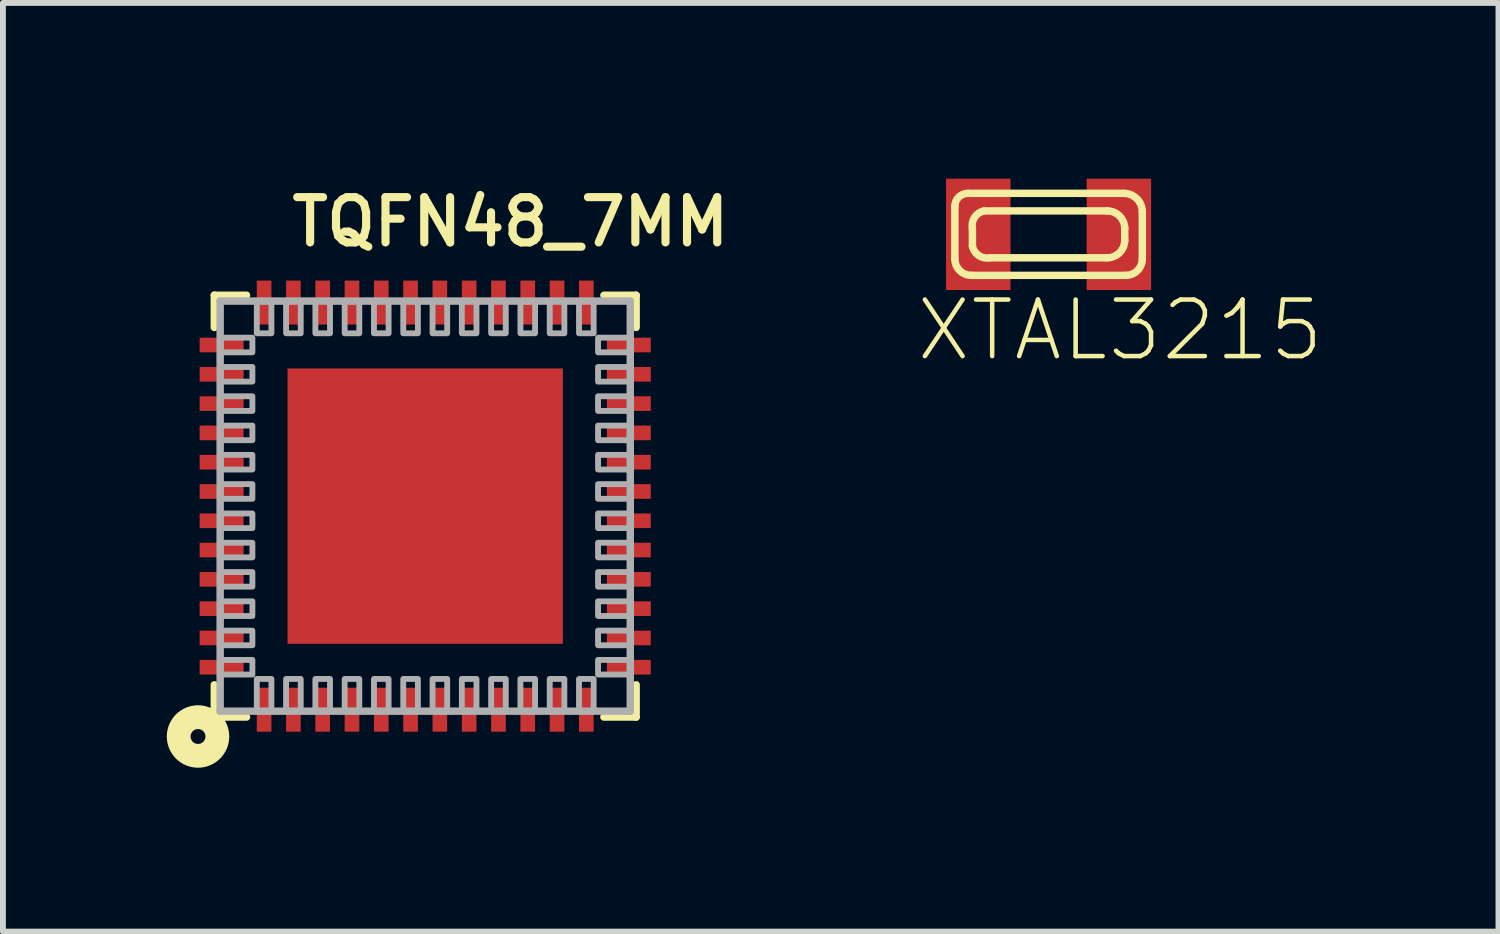
<source format=kicad_pcb>
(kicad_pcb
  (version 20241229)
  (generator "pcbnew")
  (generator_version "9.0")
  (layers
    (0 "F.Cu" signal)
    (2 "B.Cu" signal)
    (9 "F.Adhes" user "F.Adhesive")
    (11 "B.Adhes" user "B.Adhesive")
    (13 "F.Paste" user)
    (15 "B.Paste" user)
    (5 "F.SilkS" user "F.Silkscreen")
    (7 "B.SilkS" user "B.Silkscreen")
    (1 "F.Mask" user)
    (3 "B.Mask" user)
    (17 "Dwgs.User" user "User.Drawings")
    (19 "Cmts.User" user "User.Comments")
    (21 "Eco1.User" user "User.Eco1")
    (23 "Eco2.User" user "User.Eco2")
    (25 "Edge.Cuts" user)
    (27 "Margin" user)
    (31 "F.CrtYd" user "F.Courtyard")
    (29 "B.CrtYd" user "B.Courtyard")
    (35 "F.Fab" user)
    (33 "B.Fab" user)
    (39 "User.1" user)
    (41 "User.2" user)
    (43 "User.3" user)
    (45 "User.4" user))
  (footprint "TQFN48_7MM"
    (layer "F.Cu")
    (at 4.208 5.589)
    (property "Reference" "TQFN48_7MM" (at -2.35 -4.4 0) (layer "F.SilkS") (effects (font (size 0.772 0.772) (thickness 0.139)) (justify left bottom)))
    (attr through_hole)
    (fp_line (start -3.6 -3.6) (end -3.6 -3.05) (stroke (width 0.127) (type solid)) (layer "F.SilkS"))
    (fp_line (start -3.6 3.05) (end -3.6 3.6) (stroke (width 0.127) (type solid)) (layer "F.SilkS"))
    (fp_line (start -3.6 3.6) (end -3.05 3.6) (stroke (width 0.127) (type solid)) (layer "F.SilkS"))
    (fp_line (start -3.05 -3.6) (end -3.6 -3.6) (stroke (width 0.127) (type solid)) (layer "F.SilkS"))
    (fp_line (start 3.05 -3.6) (end 3.6 -3.6) (stroke (width 0.127) (type solid)) (layer "F.SilkS"))
    (fp_line (start 3.6 -3.6) (end 3.6 -3.05) (stroke (width 0.127) (type solid)) (layer "F.SilkS"))
    (fp_line (start 3.6 3.05) (end 3.6 3.6) (stroke (width 0.127) (type solid)) (layer "F.SilkS"))
    (fp_line (start 3.6 3.6) (end 3.05 3.6) (stroke (width 0.127) (type solid)) (layer "F.SilkS"))
    (fp_circle (center -3.878 3.932) (end -3.751 3.932) (stroke (width 0.406) (type solid)) (fill no) (layer "F.SilkS"))
    (fp_poly (pts (xy -2 -0.5) (xy -1 -0.5) (xy -1 -2) (xy -2 -2)) (stroke (width 0) (type solid)) (fill yes) (layer "F.Paste"))
    (fp_poly (pts (xy -2 2) (xy -1 2) (xy -1 0.5) (xy -2 0.5)) (stroke (width 0) (type solid)) (fill yes) (layer "F.Paste"))
    (fp_poly (pts (xy -0.5 -0.5) (xy 0.5 -0.5) (xy 0.5 -2) (xy -0.5 -2)) (stroke (width 0) (type solid)) (fill yes) (layer "F.Paste"))
    (fp_poly (pts (xy -0.5 2) (xy 0.5 2) (xy 0.5 0.5) (xy -0.5 0.5)) (stroke (width 0) (type solid)) (fill yes) (layer "F.Paste"))
    (fp_poly (pts (xy 1 -0.5) (xy 2 -0.5) (xy 2 -2) (xy 1 -2)) (stroke (width 0) (type solid)) (fill yes) (layer "F.Paste"))
    (fp_poly (pts (xy 1 2) (xy 2 2) (xy 2 0.5) (xy 1 0.5)) (stroke (width 0) (type solid)) (fill yes) (layer "F.Paste"))
    (fp_line (start -3.5 -3.5) (end 3.5 -3.5) (stroke (width 0.127) (type solid)) (layer "F.Fab"))
    (fp_line (start -3.5 3.5) (end -3.5 -3.5) (stroke (width 0.127) (type solid)) (layer "F.Fab"))
    (fp_line (start 3.5 -3.5) (end 3.5 3.5) (stroke (width 0.127) (type solid)) (layer "F.Fab"))
    (fp_line (start 3.5 3.5) (end -3.5 3.5) (stroke (width 0.127) (type solid)) (layer "F.Fab"))
    (fp_poly (pts (xy -3.5 -2.625) (xy -2.95 -2.625) (xy -2.95 -2.875) (xy -3.5 -2.875)) (stroke (width 0.1) (type solid)) (fill no) (layer "F.Fab"))
    (fp_poly (pts (xy -3.5 -2.125) (xy -2.95 -2.125) (xy -2.95 -2.375) (xy -3.5 -2.375)) (stroke (width 0.1) (type solid)) (fill no) (layer "F.Fab"))
    (fp_poly (pts (xy -3.5 -1.625) (xy -2.95 -1.625) (xy -2.95 -1.875) (xy -3.5 -1.875)) (stroke (width 0.1) (type solid)) (fill no) (layer "F.Fab"))
    (fp_poly (pts (xy -3.5 -1.125) (xy -2.95 -1.125) (xy -2.95 -1.375) (xy -3.5 -1.375)) (stroke (width 0.1) (type solid)) (fill no) (layer "F.Fab"))
    (fp_poly (pts (xy -3.5 -0.625) (xy -2.95 -0.625) (xy -2.95 -0.875) (xy -3.5 -0.875)) (stroke (width 0.1) (type solid)) (fill no) (layer "F.Fab"))
    (fp_poly (pts (xy -3.5 -0.125) (xy -2.95 -0.125) (xy -2.95 -0.375) (xy -3.5 -0.375)) (stroke (width 0.1) (type solid)) (fill no) (layer "F.Fab"))
    (fp_poly (pts (xy -3.5 0.375) (xy -2.95 0.375) (xy -2.95 0.125) (xy -3.5 0.125)) (stroke (width 0.1) (type solid)) (fill no) (layer "F.Fab"))
    (fp_poly (pts (xy -3.5 0.875) (xy -2.95 0.875) (xy -2.95 0.625) (xy -3.5 0.625)) (stroke (width 0.1) (type solid)) (fill no) (layer "F.Fab"))
    (fp_poly (pts (xy -3.5 1.375) (xy -2.95 1.375) (xy -2.95 1.125) (xy -3.5 1.125)) (stroke (width 0.1) (type solid)) (fill no) (layer "F.Fab"))
    (fp_poly (pts (xy -3.5 1.875) (xy -2.95 1.875) (xy -2.95 1.625) (xy -3.5 1.625)) (stroke (width 0.1) (type solid)) (fill no) (layer "F.Fab"))
    (fp_poly (pts (xy -3.5 2.375) (xy -2.95 2.375) (xy -2.95 2.125) (xy -3.5 2.125)) (stroke (width 0.1) (type solid)) (fill no) (layer "F.Fab"))
    (fp_poly (pts (xy -3.5 2.875) (xy -2.95 2.875) (xy -2.95 2.625) (xy -3.5 2.625)) (stroke (width 0.1) (type solid)) (fill no) (layer "F.Fab"))
    (fp_poly (pts (xy -2.875 -3.5) (xy -2.875 -2.95) (xy -2.625 -2.95) (xy -2.625 -3.5)) (stroke (width 0.1) (type solid)) (fill no) (layer "F.Fab"))
    (fp_poly (pts (xy -2.625 3.5) (xy -2.625 2.95) (xy -2.875 2.95) (xy -2.875 3.5)) (stroke (width 0.1) (type solid)) (fill no) (layer "F.Fab"))
    (fp_poly (pts (xy -2.375 -3.5) (xy -2.375 -2.95) (xy -2.125 -2.95) (xy -2.125 -3.5)) (stroke (width 0.1) (type solid)) (fill no) (layer "F.Fab"))
    (fp_poly (pts (xy -2.125 3.5) (xy -2.125 2.95) (xy -2.375 2.95) (xy -2.375 3.5)) (stroke (width 0.1) (type solid)) (fill no) (layer "F.Fab"))
    (fp_poly (pts (xy -1.875 -3.5) (xy -1.875 -2.95) (xy -1.625 -2.95) (xy -1.625 -3.5)) (stroke (width 0.1) (type solid)) (fill no) (layer "F.Fab"))
    (fp_poly (pts (xy -1.625 3.5) (xy -1.625 2.95) (xy -1.875 2.95) (xy -1.875 3.5)) (stroke (width 0.1) (type solid)) (fill no) (layer "F.Fab"))
    (fp_poly (pts (xy -1.375 -3.5) (xy -1.375 -2.95) (xy -1.125 -2.95) (xy -1.125 -3.5)) (stroke (width 0.1) (type solid)) (fill no) (layer "F.Fab"))
    (fp_poly (pts (xy -1.125 3.5) (xy -1.125 2.95) (xy -1.375 2.95) (xy -1.375 3.5)) (stroke (width 0.1) (type solid)) (fill no) (layer "F.Fab"))
    (fp_poly (pts (xy -0.875 -3.5) (xy -0.875 -2.95) (xy -0.625 -2.95) (xy -0.625 -3.5)) (stroke (width 0.1) (type solid)) (fill no) (layer "F.Fab"))
    (fp_poly (pts (xy -0.625 3.5) (xy -0.625 2.95) (xy -0.875 2.95) (xy -0.875 3.5)) (stroke (width 0.1) (type solid)) (fill no) (layer "F.Fab"))
    (fp_poly (pts (xy -0.375 -3.5) (xy -0.375 -2.95) (xy -0.125 -2.95) (xy -0.125 -3.5)) (stroke (width 0.1) (type solid)) (fill no) (layer "F.Fab"))
    (fp_poly (pts (xy -0.125 3.5) (xy -0.125 2.95) (xy -0.375 2.95) (xy -0.375 3.5)) (stroke (width 0.1) (type solid)) (fill no) (layer "F.Fab"))
    (fp_poly (pts (xy 0.125 -3.5) (xy 0.125 -2.95) (xy 0.375 -2.95) (xy 0.375 -3.5)) (stroke (width 0.1) (type solid)) (fill no) (layer "F.Fab"))
    (fp_poly (pts (xy 0.375 3.5) (xy 0.375 2.95) (xy 0.125 2.95) (xy 0.125 3.5)) (stroke (width 0.1) (type solid)) (fill no) (layer "F.Fab"))
    (fp_poly (pts (xy 0.625 -3.5) (xy 0.625 -2.95) (xy 0.875 -2.95) (xy 0.875 -3.5)) (stroke (width 0.1) (type solid)) (fill no) (layer "F.Fab"))
    (fp_poly (pts (xy 0.875 3.5) (xy 0.875 2.95) (xy 0.625 2.95) (xy 0.625 3.5)) (stroke (width 0.1) (type solid)) (fill no) (layer "F.Fab"))
    (fp_poly (pts (xy 1.125 -3.5) (xy 1.125 -2.95) (xy 1.375 -2.95) (xy 1.375 -3.5)) (stroke (width 0.1) (type solid)) (fill no) (layer "F.Fab"))
    (fp_poly (pts (xy 1.375 3.5) (xy 1.375 2.95) (xy 1.125 2.95) (xy 1.125 3.5)) (stroke (width 0.1) (type solid)) (fill no) (layer "F.Fab"))
    (fp_poly (pts (xy 1.625 -3.5) (xy 1.625 -2.95) (xy 1.875 -2.95) (xy 1.875 -3.5)) (stroke (width 0.1) (type solid)) (fill no) (layer "F.Fab"))
    (fp_poly (pts (xy 1.875 3.5) (xy 1.875 2.95) (xy 1.625 2.95) (xy 1.625 3.5)) (stroke (width 0.1) (type solid)) (fill no) (layer "F.Fab"))
    (fp_poly (pts (xy 2.125 -3.5) (xy 2.125 -2.95) (xy 2.375 -2.95) (xy 2.375 -3.5)) (stroke (width 0.1) (type solid)) (fill no) (layer "F.Fab"))
    (fp_poly (pts (xy 2.375 3.5) (xy 2.375 2.95) (xy 2.125 2.95) (xy 2.125 3.5)) (stroke (width 0.1) (type solid)) (fill no) (layer "F.Fab"))
    (fp_poly (pts (xy 2.625 -3.5) (xy 2.625 -2.95) (xy 2.875 -2.95) (xy 2.875 -3.5)) (stroke (width 0.1) (type solid)) (fill no) (layer "F.Fab"))
    (fp_poly (pts (xy 2.875 3.5) (xy 2.875 2.95) (xy 2.625 2.95) (xy 2.625 3.5)) (stroke (width 0.1) (type solid)) (fill no) (layer "F.Fab"))
    (fp_poly (pts (xy 3.5 -2.875) (xy 2.95 -2.875) (xy 2.95 -2.625) (xy 3.5 -2.625)) (stroke (width 0.1) (type solid)) (fill no) (layer "F.Fab"))
    (fp_poly (pts (xy 3.5 -2.375) (xy 2.95 -2.375) (xy 2.95 -2.125) (xy 3.5 -2.125)) (stroke (width 0.1) (type solid)) (fill no) (layer "F.Fab"))
    (fp_poly (pts (xy 3.5 -1.875) (xy 2.95 -1.875) (xy 2.95 -1.625) (xy 3.5 -1.625)) (stroke (width 0.1) (type solid)) (fill no) (layer "F.Fab"))
    (fp_poly (pts (xy 3.5 -1.375) (xy 2.95 -1.375) (xy 2.95 -1.125) (xy 3.5 -1.125)) (stroke (width 0.1) (type solid)) (fill no) (layer "F.Fab"))
    (fp_poly (pts (xy 3.5 -0.875) (xy 2.95 -0.875) (xy 2.95 -0.625) (xy 3.5 -0.625)) (stroke (width 0.1) (type solid)) (fill no) (layer "F.Fab"))
    (fp_poly (pts (xy 3.5 -0.375) (xy 2.95 -0.375) (xy 2.95 -0.125) (xy 3.5 -0.125)) (stroke (width 0.1) (type solid)) (fill no) (layer "F.Fab"))
    (fp_poly (pts (xy 3.5 0.125) (xy 2.95 0.125) (xy 2.95 0.375) (xy 3.5 0.375)) (stroke (width 0.1) (type solid)) (fill no) (layer "F.Fab"))
    (fp_poly (pts (xy 3.5 0.625) (xy 2.95 0.625) (xy 2.95 0.875) (xy 3.5 0.875)) (stroke (width 0.1) (type solid)) (fill no) (layer "F.Fab"))
    (fp_poly (pts (xy 3.5 1.125) (xy 2.95 1.125) (xy 2.95 1.375) (xy 3.5 1.375)) (stroke (width 0.1) (type solid)) (fill no) (layer "F.Fab"))
    (fp_poly (pts (xy 3.5 1.625) (xy 2.95 1.625) (xy 2.95 1.875) (xy 3.5 1.875)) (stroke (width 0.1) (type solid)) (fill no) (layer "F.Fab"))
    (fp_poly (pts (xy 3.5 2.125) (xy 2.95 2.125) (xy 2.95 2.375) (xy 3.5 2.375)) (stroke (width 0.1) (type solid)) (fill no) (layer "F.Fab"))
    (fp_poly (pts (xy 3.5 2.625) (xy 2.95 2.625) (xy 2.95 2.875) (xy 3.5 2.875)) (stroke (width 0.1) (type solid)) (fill no) (layer "F.Fab"))
    (pad "1" smd rect (at -2.75 3.475 90) (size 0.75 0.25) (layers "F.Cu" "F.Mask" "F.Paste"))
    (pad "2" smd rect (at -2.25 3.475 90) (size 0.75 0.25) (layers "F.Cu" "F.Mask" "F.Paste"))
    (pad "3" smd rect (at -1.75 3.475 90) (size 0.75 0.25) (layers "F.Cu" "F.Mask" "F.Paste"))
    (pad "4" smd rect (at -1.25 3.475 90) (size 0.75 0.25) (layers "F.Cu" "F.Mask" "F.Paste"))
    (pad "5" smd rect (at -0.75 3.475 90) (size 0.75 0.25) (layers "F.Cu" "F.Mask" "F.Paste"))
    (pad "6" smd rect (at -0.25 3.475 90) (size 0.75 0.25) (layers "F.Cu" "F.Mask" "F.Paste"))
    (pad "7" smd rect (at 0.25 3.475 90) (size 0.75 0.25) (layers "F.Cu" "F.Mask" "F.Paste"))
    (pad "8" smd rect (at 0.75 3.475 90) (size 0.75 0.25) (layers "F.Cu" "F.Mask" "F.Paste"))
    (pad "9" smd rect (at 1.25 3.475 90) (size 0.75 0.25) (layers "F.Cu" "F.Mask" "F.Paste"))
    (pad "10" smd rect (at 1.75 3.475 90) (size 0.75 0.25) (layers "F.Cu" "F.Mask" "F.Paste"))
    (pad "11" smd rect (at 2.25 3.475 90) (size 0.75 0.25) (layers "F.Cu" "F.Mask" "F.Paste"))
    (pad "12" smd rect (at 2.75 3.475 90) (size 0.75 0.25) (layers "F.Cu" "F.Mask" "F.Paste"))
    (pad "13" smd rect (at 3.475 2.75 180) (size 0.75 0.25) (layers "F.Cu" "F.Mask" "F.Paste"))
    (pad "14" smd rect (at 3.475 2.25 180) (size 0.75 0.25) (layers "F.Cu" "F.Mask" "F.Paste"))
    (pad "15" smd rect (at 3.475 1.75 180) (size 0.75 0.25) (layers "F.Cu" "F.Mask" "F.Paste"))
    (pad "16" smd rect (at 3.475 1.25 180) (size 0.75 0.25) (layers "F.Cu" "F.Mask" "F.Paste"))
    (pad "17" smd rect (at 3.475 0.75 180) (size 0.75 0.25) (layers "F.Cu" "F.Mask" "F.Paste"))
    (pad "18" smd rect (at 3.475 0.25 180) (size 0.75 0.25) (layers "F.Cu" "F.Mask" "F.Paste"))
    (pad "19" smd rect (at 3.475 -0.25 180) (size 0.75 0.25) (layers "F.Cu" "F.Mask" "F.Paste"))
    (pad "20" smd rect (at 3.475 -0.75 180) (size 0.75 0.25) (layers "F.Cu" "F.Mask" "F.Paste"))
    (pad "21" smd rect (at 3.475 -1.25 180) (size 0.75 0.25) (layers "F.Cu" "F.Mask" "F.Paste"))
    (pad "22" smd rect (at 3.475 -1.75 180) (size 0.75 0.25) (layers "F.Cu" "F.Mask" "F.Paste"))
    (pad "23" smd rect (at 3.475 -2.25 180) (size 0.75 0.25) (layers "F.Cu" "F.Mask" "F.Paste"))
    (pad "24" smd rect (at 3.475 -2.75 180) (size 0.75 0.25) (layers "F.Cu" "F.Mask" "F.Paste"))
    (pad "25" smd rect (at 2.75 -3.475 270) (size 0.75 0.25) (layers "F.Cu" "F.Mask" "F.Paste"))
    (pad "26" smd rect (at 2.25 -3.475 270) (size 0.75 0.25) (layers "F.Cu" "F.Mask" "F.Paste"))
    (pad "27" smd rect (at 1.75 -3.475 270) (size 0.75 0.25) (layers "F.Cu" "F.Mask" "F.Paste"))
    (pad "28" smd rect (at 1.25 -3.475 270) (size 0.75 0.25) (layers "F.Cu" "F.Mask" "F.Paste"))
    (pad "29" smd rect (at 0.75 -3.475 270) (size 0.75 0.25) (layers "F.Cu" "F.Mask" "F.Paste"))
    (pad "30" smd rect (at 0.25 -3.475 270) (size 0.75 0.25) (layers "F.Cu" "F.Mask" "F.Paste"))
    (pad "31" smd rect (at -0.25 -3.475 270) (size 0.75 0.25) (layers "F.Cu" "F.Mask" "F.Paste"))
    (pad "32" smd rect (at -0.75 -3.475 270) (size 0.75 0.25) (layers "F.Cu" "F.Mask" "F.Paste"))
    (pad "33" smd rect (at -1.25 -3.475 270) (size 0.75 0.25) (layers "F.Cu" "F.Mask" "F.Paste"))
    (pad "34" smd rect (at -1.75 -3.475 270) (size 0.75 0.25) (layers "F.Cu" "F.Mask" "F.Paste"))
    (pad "35" smd rect (at -2.25 -3.475 270) (size 0.75 0.25) (layers "F.Cu" "F.Mask" "F.Paste"))
    (pad "36" smd rect (at -2.75 -3.475 270) (size 0.75 0.25) (layers "F.Cu" "F.Mask" "F.Paste"))
    (pad "37" smd rect (at -3.475 -2.75) (size 0.75 0.25) (layers "F.Cu" "F.Mask" "F.Paste"))
    (pad "38" smd rect (at -3.475 -2.25) (size 0.75 0.25) (layers "F.Cu" "F.Mask" "F.Paste"))
    (pad "39" smd rect (at -3.475 -1.75) (size 0.75 0.25) (layers "F.Cu" "F.Mask" "F.Paste"))
    (pad "40" smd rect (at -3.475 -1.25) (size 0.75 0.25) (layers "F.Cu" "F.Mask" "F.Paste"))
    (pad "41" smd rect (at -3.475 -0.75) (size 0.75 0.25) (layers "F.Cu" "F.Mask" "F.Paste"))
    (pad "42" smd rect (at -3.475 -0.25) (size 0.75 0.25) (layers "F.Cu" "F.Mask" "F.Paste"))
    (pad "43" smd rect (at -3.475 0.25) (size 0.75 0.25) (layers "F.Cu" "F.Mask" "F.Paste"))
    (pad "44" smd rect (at -3.475 0.75) (size 0.75 0.25) (layers "F.Cu" "F.Mask" "F.Paste"))
    (pad "45" smd rect (at -3.475 1.25) (size 0.75 0.25) (layers "F.Cu" "F.Mask" "F.Paste"))
    (pad "46" smd rect (at -3.475 1.75) (size 0.75 0.25) (layers "F.Cu" "F.Mask" "F.Paste"))
    (pad "47" smd rect (at -3.475 2.25) (size 0.75 0.25) (layers "F.Cu" "F.Mask" "F.Paste"))
    (pad "48" smd rect (at -3.475 2.75) (size 0.75 0.25) (layers "F.Cu" "F.Mask" "F.Paste"))
    (pad "THERMAL" smd rect (at 0 0) (size 4.7 4.7) (layers "F.Cu" "F.Mask")))
  (footprint "XTAL3215"
    (layer "F.Cu")
    (at 14.848 0.95)
    (property "Reference" "XTAL3215" (at -2.3 2.2 0) (layer "F.SilkS") (effects (font (size 0.965 0.965) (thickness 0.077)) (justify left bottom)))
    (attr through_hole)
    (fp_line (start -1.6 0.417) (end -1.6 -0.476) (stroke (width 0.127) (type solid)) (layer "F.SilkS"))
    (fp_line (start -1.376 -0.7) (end 1.284 -0.7) (stroke (width 0.127) (type solid)) (layer "F.SilkS"))
    (fp_line (start -1.3 0.2) (end -1.3 -0.1) (stroke (width 0.127) (type solid)) (layer "F.SilkS"))
    (fp_line (start -1.1 -0.4) (end 1 -0.4) (stroke (width 0.127) (type solid)) (layer "F.SilkS"))
    (fp_line (start 1 0.4) (end -1 0.4) (stroke (width 0.127) (type solid)) (layer "F.SilkS"))
    (fp_line (start 1.3 -0.1) (end 1.3 0.1) (stroke (width 0.127) (type solid)) (layer "F.SilkS"))
    (fp_line (start 1.317 0.7) (end -1.317 0.7) (stroke (width 0.127) (type solid)) (layer "F.SilkS"))
    (fp_line (start 1.6 -0.384) (end 1.6 0.417) (stroke (width 0.127) (type solid)) (layer "F.SilkS"))
    (fp_arc (start -1.6 -0.4764) (mid -1.534509 -0.634509) (end -1.3764 -0.7) (stroke (width 0.127) (type solid)) (layer "F.SilkS"))
    (fp_arc (start -1.3172 0.7) (mid -1.51717 0.61717) (end -1.6 0.4172) (stroke (width 0.127) (type solid)) (layer "F.SilkS"))
    (fp_arc (start -1.3 -0.1) (mid -1.262161 -0.291441) (end -1.099999 -0.399999) (stroke (width 0.127) (type solid)) (layer "F.SilkS"))
    (fp_arc (start -1 0.4) (mid -1.191422 0.362132) (end -1.300001 0.199999) (stroke (width 0.127) (type solid)) (layer "F.SilkS"))
    (fp_arc (start 1 -0.4) (mid 1.212103 -0.312103) (end 1.3 -0.1) (stroke (width 0.127) (type solid)) (layer "F.SilkS"))
    (fp_arc (start 1.2838 -0.7) (mid 1.507387 -0.607387) (end 1.6 -0.3838) (stroke (width 0.127) (type solid)) (layer "F.SilkS"))
    (fp_arc (start 1.3 0.1) (mid 1.212131 0.312132) (end 0.999999 0.399999) (stroke (width 0.127) (type solid)) (layer "F.SilkS"))
    (fp_arc (start 1.6 0.4172) (mid 1.51717 0.61717) (end 1.3172 0.7) (stroke (width 0.127) (type solid)) (layer "F.SilkS"))
    (pad "P$1" smd rect (at 1.2 0) (size 1.1 1.9) (layers "F.Cu" "F.Mask" "F.Paste"))
    (pad "P$2" smd rect (at -1.2 0 180) (size 1.1 1.9) (layers "F.Cu" "F.Mask" "F.Paste")))
  (gr_rect
    (start -3 -3)
    (end 22.527 12.851)
    (stroke (width 0.1) (type default))
    (fill no)
    (layer "Edge.Cuts")))
</source>
